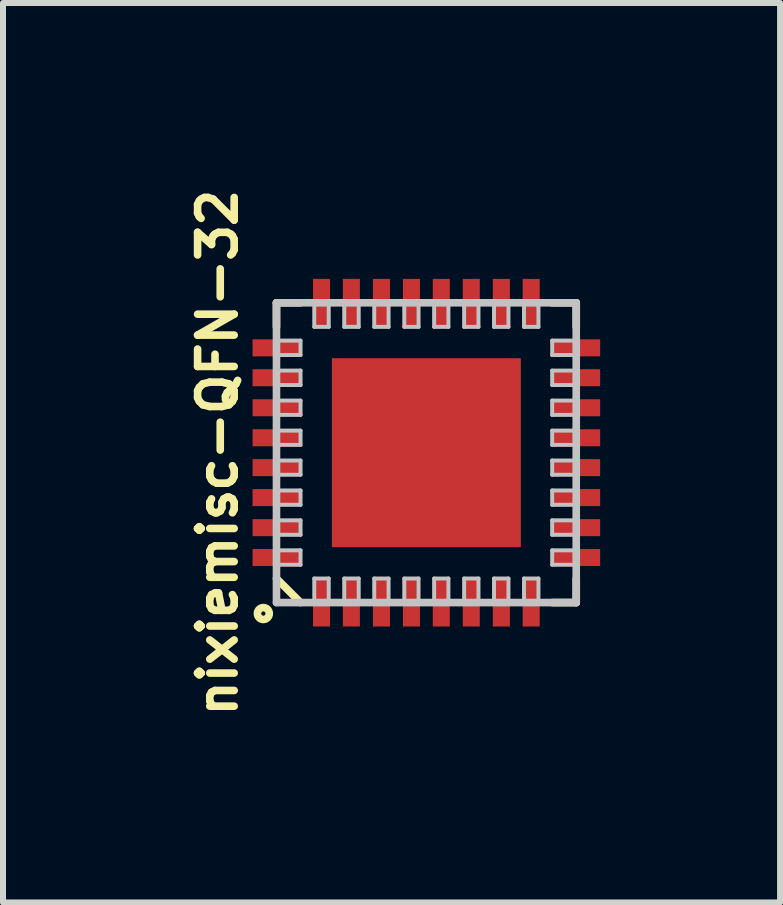
<source format=kicad_pcb>
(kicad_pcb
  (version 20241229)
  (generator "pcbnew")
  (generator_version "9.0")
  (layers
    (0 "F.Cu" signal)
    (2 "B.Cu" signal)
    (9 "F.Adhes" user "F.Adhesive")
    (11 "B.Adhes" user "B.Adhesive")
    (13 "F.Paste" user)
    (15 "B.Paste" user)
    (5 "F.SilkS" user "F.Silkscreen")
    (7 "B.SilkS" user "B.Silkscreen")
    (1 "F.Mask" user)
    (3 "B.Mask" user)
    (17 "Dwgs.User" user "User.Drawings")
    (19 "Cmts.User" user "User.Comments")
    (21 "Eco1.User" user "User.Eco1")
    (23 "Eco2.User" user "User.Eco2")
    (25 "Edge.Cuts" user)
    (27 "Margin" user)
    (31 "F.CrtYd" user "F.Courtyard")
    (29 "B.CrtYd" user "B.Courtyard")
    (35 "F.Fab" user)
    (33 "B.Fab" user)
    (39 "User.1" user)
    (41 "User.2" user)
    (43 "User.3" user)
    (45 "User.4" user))
  (footprint "nixiemisc-QFN-32"
    (layer "F.Cu")
    (at 4.059 4.498)
    (property "Reference" "nixiemisc-QFN-32" (at -3.48 0 90) (layer "F.SilkS") (effects (font (size 0.61 0.61) (thickness 0.127))))
    (attr smd)
    (fp_line (start -2.499 -2.499) (end -2.098 -2.499) (stroke (width 0.127) (type solid)) (layer "F.SilkS"))
    (fp_line (start -2.499 -2.098) (end -2.499 -2.499) (stroke (width 0.127) (type solid)) (layer "F.SilkS"))
    (fp_line (start -2.499 2.098) (end -2.098 2.499) (stroke (width 0.127) (type solid)) (layer "F.SilkS"))
    (fp_line (start 2.098 -2.499) (end 2.499 -2.499) (stroke (width 0.127) (type solid)) (layer "F.SilkS"))
    (fp_line (start 2.499 -2.499) (end 2.499 -2.098) (stroke (width 0.127) (type solid)) (layer "F.SilkS"))
    (fp_line (start 2.499 2.098) (end 2.499 2.499) (stroke (width 0.127) (type solid)) (layer "F.SilkS"))
    (fp_line (start 2.499 2.499) (end 2.098 2.499) (stroke (width 0.127) (type solid)) (layer "F.SilkS"))
    (fp_circle (center -2.718 2.682) (end -2.718 2.583) (stroke (width 0.127) (type solid)) (fill no) (layer "F.SilkS"))
    (fp_line (start -1.448 -1.448) (end -0.15 -1.448) (stroke (width 0.066) (type solid)) (layer "F.Paste"))
    (fp_line (start -1.448 -0.15) (end -1.448 -1.448) (stroke (width 0.066) (type solid)) (layer "F.Paste"))
    (fp_line (start -1.448 -0.15) (end -0.15 -0.15) (stroke (width 0.066) (type solid)) (layer "F.Paste"))
    (fp_line (start -1.448 1.448) (end -1.448 0.15) (stroke (width 0.066) (type solid)) (layer "F.Paste"))
    (fp_line (start -0.15 -0.15) (end -0.15 -1.448) (stroke (width 0.066) (type solid)) (layer "F.Paste"))
    (fp_line (start -0.15 0.15) (end -1.448 0.15) (stroke (width 0.066) (type solid)) (layer "F.Paste"))
    (fp_line (start -0.15 1.448) (end -1.448 1.448) (stroke (width 0.066) (type solid)) (layer "F.Paste"))
    (fp_line (start -0.15 1.448) (end -0.15 0.15) (stroke (width 0.066) (type solid)) (layer "F.Paste"))
    (fp_line (start 0.15 -1.448) (end 0.15 -0.15) (stroke (width 0.066) (type solid)) (layer "F.Paste"))
    (fp_line (start 0.15 -1.448) (end 1.448 -1.448) (stroke (width 0.066) (type solid)) (layer "F.Paste"))
    (fp_line (start 0.15 -0.15) (end 1.448 -0.15) (stroke (width 0.066) (type solid)) (layer "F.Paste"))
    (fp_line (start 0.15 0.15) (end 0.15 1.448) (stroke (width 0.066) (type solid)) (layer "F.Paste"))
    (fp_line (start 1.448 -1.448) (end 1.448 -0.15) (stroke (width 0.066) (type solid)) (layer "F.Paste"))
    (fp_line (start 1.448 0.15) (end 0.15 0.15) (stroke (width 0.066) (type solid)) (layer "F.Paste"))
    (fp_line (start 1.448 0.15) (end 1.448 1.448) (stroke (width 0.066) (type solid)) (layer "F.Paste"))
    (fp_line (start 1.448 1.448) (end 0.15 1.448) (stroke (width 0.066) (type solid)) (layer "F.Paste"))
    (fp_line (start -2.499 -2.499) (end -2.499 2.499) (stroke (width 0.127) (type solid)) (layer "Dwgs.User"))
    (fp_line (start -2.499 -1.869) (end -2.098 -1.869) (stroke (width 0.066) (type solid)) (layer "Dwgs.User"))
    (fp_line (start -2.499 -1.628) (end -2.499 -1.869) (stroke (width 0.066) (type solid)) (layer "Dwgs.User"))
    (fp_line (start -2.499 -1.628) (end -2.098 -1.628) (stroke (width 0.066) (type solid)) (layer "Dwgs.User"))
    (fp_line (start -2.499 -1.369) (end -2.098 -1.369) (stroke (width 0.066) (type solid)) (layer "Dwgs.User"))
    (fp_line (start -2.499 -1.128) (end -2.499 -1.369) (stroke (width 0.066) (type solid)) (layer "Dwgs.User"))
    (fp_line (start -2.499 -1.128) (end -2.098 -1.128) (stroke (width 0.066) (type solid)) (layer "Dwgs.User"))
    (fp_line (start -2.499 -0.869) (end -2.098 -0.869) (stroke (width 0.066) (type solid)) (layer "Dwgs.User"))
    (fp_line (start -2.499 -0.63) (end -2.499 -0.869) (stroke (width 0.066) (type solid)) (layer "Dwgs.User"))
    (fp_line (start -2.499 -0.63) (end -2.098 -0.63) (stroke (width 0.066) (type solid)) (layer "Dwgs.User"))
    (fp_line (start -2.499 -0.368) (end -2.098 -0.368) (stroke (width 0.066) (type solid)) (layer "Dwgs.User"))
    (fp_line (start -2.499 -0.13) (end -2.499 -0.368) (stroke (width 0.066) (type solid)) (layer "Dwgs.User"))
    (fp_line (start -2.499 -0.13) (end -2.098 -0.13) (stroke (width 0.066) (type solid)) (layer "Dwgs.User"))
    (fp_line (start -2.499 0.13) (end -2.098 0.13) (stroke (width 0.066) (type solid)) (layer "Dwgs.User"))
    (fp_line (start -2.499 0.368) (end -2.499 0.13) (stroke (width 0.066) (type solid)) (layer "Dwgs.User"))
    (fp_line (start -2.499 0.368) (end -2.098 0.368) (stroke (width 0.066) (type solid)) (layer "Dwgs.User"))
    (fp_line (start -2.499 0.63) (end -2.098 0.63) (stroke (width 0.066) (type solid)) (layer "Dwgs.User"))
    (fp_line (start -2.499 0.869) (end -2.499 0.63) (stroke (width 0.066) (type solid)) (layer "Dwgs.User"))
    (fp_line (start -2.499 0.869) (end -2.098 0.869) (stroke (width 0.066) (type solid)) (layer "Dwgs.User"))
    (fp_line (start -2.499 1.128) (end -2.098 1.128) (stroke (width 0.066) (type solid)) (layer "Dwgs.User"))
    (fp_line (start -2.499 1.369) (end -2.499 1.128) (stroke (width 0.066) (type solid)) (layer "Dwgs.User"))
    (fp_line (start -2.499 1.369) (end -2.098 1.369) (stroke (width 0.066) (type solid)) (layer "Dwgs.User"))
    (fp_line (start -2.499 1.628) (end -2.098 1.628) (stroke (width 0.066) (type solid)) (layer "Dwgs.User"))
    (fp_line (start -2.499 1.869) (end -2.499 1.628) (stroke (width 0.066) (type solid)) (layer "Dwgs.User"))
    (fp_line (start -2.499 1.869) (end -2.098 1.869) (stroke (width 0.066) (type solid)) (layer "Dwgs.User"))
    (fp_line (start -2.499 2.499) (end 2.499 2.499) (stroke (width 0.127) (type solid)) (layer "Dwgs.User"))
    (fp_line (start -2.098 -1.628) (end -2.098 -1.869) (stroke (width 0.066) (type solid)) (layer "Dwgs.User"))
    (fp_line (start -2.098 -1.128) (end -2.098 -1.369) (stroke (width 0.066) (type solid)) (layer "Dwgs.User"))
    (fp_line (start -2.098 -0.63) (end -2.098 -0.869) (stroke (width 0.066) (type solid)) (layer "Dwgs.User"))
    (fp_line (start -2.098 -0.13) (end -2.098 -0.368) (stroke (width 0.066) (type solid)) (layer "Dwgs.User"))
    (fp_line (start -2.098 0.368) (end -2.098 0.13) (stroke (width 0.066) (type solid)) (layer "Dwgs.User"))
    (fp_line (start -2.098 0.869) (end -2.098 0.63) (stroke (width 0.066) (type solid)) (layer "Dwgs.User"))
    (fp_line (start -2.098 1.369) (end -2.098 1.128) (stroke (width 0.066) (type solid)) (layer "Dwgs.User"))
    (fp_line (start -2.098 1.869) (end -2.098 1.628) (stroke (width 0.066) (type solid)) (layer "Dwgs.User"))
    (fp_line (start -1.869 -2.499) (end -1.869 -2.098) (stroke (width 0.066) (type solid)) (layer "Dwgs.User"))
    (fp_line (start -1.869 -2.499) (end -1.628 -2.499) (stroke (width 0.066) (type solid)) (layer "Dwgs.User"))
    (fp_line (start -1.869 -2.098) (end -1.628 -2.098) (stroke (width 0.066) (type solid)) (layer "Dwgs.User"))
    (fp_line (start -1.869 2.499) (end -1.869 2.098) (stroke (width 0.066) (type solid)) (layer "Dwgs.User"))
    (fp_line (start -1.628 -2.499) (end -1.628 -2.098) (stroke (width 0.066) (type solid)) (layer "Dwgs.User"))
    (fp_line (start -1.628 2.098) (end -1.869 2.098) (stroke (width 0.066) (type solid)) (layer "Dwgs.User"))
    (fp_line (start -1.628 2.499) (end -1.869 2.499) (stroke (width 0.066) (type solid)) (layer "Dwgs.User"))
    (fp_line (start -1.628 2.499) (end -1.628 2.098) (stroke (width 0.066) (type solid)) (layer "Dwgs.User"))
    (fp_line (start -1.369 -2.499) (end -1.369 -2.098) (stroke (width 0.066) (type solid)) (layer "Dwgs.User"))
    (fp_line (start -1.369 -2.499) (end -1.128 -2.499) (stroke (width 0.066) (type solid)) (layer "Dwgs.User"))
    (fp_line (start -1.369 -2.098) (end -1.128 -2.098) (stroke (width 0.066) (type solid)) (layer "Dwgs.User"))
    (fp_line (start -1.369 2.499) (end -1.369 2.098) (stroke (width 0.066) (type solid)) (layer "Dwgs.User"))
    (fp_line (start -1.128 -2.499) (end -1.128 -2.098) (stroke (width 0.066) (type solid)) (layer "Dwgs.User"))
    (fp_line (start -1.128 2.098) (end -1.369 2.098) (stroke (width 0.066) (type solid)) (layer "Dwgs.User"))
    (fp_line (start -1.128 2.499) (end -1.369 2.499) (stroke (width 0.066) (type solid)) (layer "Dwgs.User"))
    (fp_line (start -1.128 2.499) (end -1.128 2.098) (stroke (width 0.066) (type solid)) (layer "Dwgs.User"))
    (fp_line (start -0.869 -2.499) (end -0.869 -2.098) (stroke (width 0.066) (type solid)) (layer "Dwgs.User"))
    (fp_line (start -0.869 -2.499) (end -0.63 -2.499) (stroke (width 0.066) (type solid)) (layer "Dwgs.User"))
    (fp_line (start -0.869 -2.098) (end -0.63 -2.098) (stroke (width 0.066) (type solid)) (layer "Dwgs.User"))
    (fp_line (start -0.869 2.499) (end -0.869 2.098) (stroke (width 0.066) (type solid)) (layer "Dwgs.User"))
    (fp_line (start -0.63 -2.499) (end -0.63 -2.098) (stroke (width 0.066) (type solid)) (layer "Dwgs.User"))
    (fp_line (start -0.63 2.098) (end -0.869 2.098) (stroke (width 0.066) (type solid)) (layer "Dwgs.User"))
    (fp_line (start -0.63 2.499) (end -0.869 2.499) (stroke (width 0.066) (type solid)) (layer "Dwgs.User"))
    (fp_line (start -0.63 2.499) (end -0.63 2.098) (stroke (width 0.066) (type solid)) (layer "Dwgs.User"))
    (fp_line (start -0.368 -2.499) (end -0.368 -2.098) (stroke (width 0.066) (type solid)) (layer "Dwgs.User"))
    (fp_line (start -0.368 -2.499) (end -0.13 -2.499) (stroke (width 0.066) (type solid)) (layer "Dwgs.User"))
    (fp_line (start -0.368 -2.098) (end -0.13 -2.098) (stroke (width 0.066) (type solid)) (layer "Dwgs.User"))
    (fp_line (start -0.368 2.499) (end -0.368 2.098) (stroke (width 0.066) (type solid)) (layer "Dwgs.User"))
    (fp_line (start -0.13 -2.499) (end -0.13 -2.098) (stroke (width 0.066) (type solid)) (layer "Dwgs.User"))
    (fp_line (start -0.13 2.098) (end -0.368 2.098) (stroke (width 0.066) (type solid)) (layer "Dwgs.User"))
    (fp_line (start -0.13 2.499) (end -0.368 2.499) (stroke (width 0.066) (type solid)) (layer "Dwgs.User"))
    (fp_line (start -0.13 2.499) (end -0.13 2.098) (stroke (width 0.066) (type solid)) (layer "Dwgs.User"))
    (fp_line (start 0.13 -2.499) (end 0.13 -2.098) (stroke (width 0.066) (type solid)) (layer "Dwgs.User"))
    (fp_line (start 0.13 -2.499) (end 0.368 -2.499) (stroke (width 0.066) (type solid)) (layer "Dwgs.User"))
    (fp_line (start 0.13 -2.098) (end 0.368 -2.098) (stroke (width 0.066) (type solid)) (layer "Dwgs.User"))
    (fp_line (start 0.13 2.499) (end 0.13 2.098) (stroke (width 0.066) (type solid)) (layer "Dwgs.User"))
    (fp_line (start 0.368 -2.499) (end 0.368 -2.098) (stroke (width 0.066) (type solid)) (layer "Dwgs.User"))
    (fp_line (start 0.368 2.098) (end 0.13 2.098) (stroke (width 0.066) (type solid)) (layer "Dwgs.User"))
    (fp_line (start 0.368 2.499) (end 0.13 2.499) (stroke (width 0.066) (type solid)) (layer "Dwgs.User"))
    (fp_line (start 0.368 2.499) (end 0.368 2.098) (stroke (width 0.066) (type solid)) (layer "Dwgs.User"))
    (fp_line (start 0.63 -2.499) (end 0.63 -2.098) (stroke (width 0.066) (type solid)) (layer "Dwgs.User"))
    (fp_line (start 0.63 -2.499) (end 0.869 -2.499) (stroke (width 0.066) (type solid)) (layer "Dwgs.User"))
    (fp_line (start 0.63 -2.098) (end 0.869 -2.098) (stroke (width 0.066) (type solid)) (layer "Dwgs.User"))
    (fp_line (start 0.63 2.499) (end 0.63 2.098) (stroke (width 0.066) (type solid)) (layer "Dwgs.User"))
    (fp_line (start 0.869 -2.499) (end 0.869 -2.098) (stroke (width 0.066) (type solid)) (layer "Dwgs.User"))
    (fp_line (start 0.869 2.098) (end 0.63 2.098) (stroke (width 0.066) (type solid)) (layer "Dwgs.User"))
    (fp_line (start 0.869 2.499) (end 0.63 2.499) (stroke (width 0.066) (type solid)) (layer "Dwgs.User"))
    (fp_line (start 0.869 2.499) (end 0.869 2.098) (stroke (width 0.066) (type solid)) (layer "Dwgs.User"))
    (fp_line (start 1.128 -2.499) (end 1.128 -2.098) (stroke (width 0.066) (type solid)) (layer "Dwgs.User"))
    (fp_line (start 1.128 -2.499) (end 1.369 -2.499) (stroke (width 0.066) (type solid)) (layer "Dwgs.User"))
    (fp_line (start 1.128 -2.098) (end 1.369 -2.098) (stroke (width 0.066) (type solid)) (layer "Dwgs.User"))
    (fp_line (start 1.128 2.499) (end 1.128 2.098) (stroke (width 0.066) (type solid)) (layer "Dwgs.User"))
    (fp_line (start 1.369 -2.499) (end 1.369 -2.098) (stroke (width 0.066) (type solid)) (layer "Dwgs.User"))
    (fp_line (start 1.369 2.098) (end 1.128 2.098) (stroke (width 0.066) (type solid)) (layer "Dwgs.User"))
    (fp_line (start 1.369 2.499) (end 1.128 2.499) (stroke (width 0.066) (type solid)) (layer "Dwgs.User"))
    (fp_line (start 1.369 2.499) (end 1.369 2.098) (stroke (width 0.066) (type solid)) (layer "Dwgs.User"))
    (fp_line (start 1.628 -2.499) (end 1.628 -2.098) (stroke (width 0.066) (type solid)) (layer "Dwgs.User"))
    (fp_line (start 1.628 -2.499) (end 1.869 -2.499) (stroke (width 0.066) (type solid)) (layer "Dwgs.User"))
    (fp_line (start 1.628 -2.098) (end 1.869 -2.098) (stroke (width 0.066) (type solid)) (layer "Dwgs.User"))
    (fp_line (start 1.628 2.499) (end 1.628 2.098) (stroke (width 0.066) (type solid)) (layer "Dwgs.User"))
    (fp_line (start 1.869 -2.499) (end 1.869 -2.098) (stroke (width 0.066) (type solid)) (layer "Dwgs.User"))
    (fp_line (start 1.869 2.098) (end 1.628 2.098) (stroke (width 0.066) (type solid)) (layer "Dwgs.User"))
    (fp_line (start 1.869 2.499) (end 1.628 2.499) (stroke (width 0.066) (type solid)) (layer "Dwgs.User"))
    (fp_line (start 1.869 2.499) (end 1.869 2.098) (stroke (width 0.066) (type solid)) (layer "Dwgs.User"))
    (fp_line (start 2.098 -1.869) (end 2.098 -1.628) (stroke (width 0.066) (type solid)) (layer "Dwgs.User"))
    (fp_line (start 2.098 -1.369) (end 2.098 -1.128) (stroke (width 0.066) (type solid)) (layer "Dwgs.User"))
    (fp_line (start 2.098 -0.869) (end 2.098 -0.63) (stroke (width 0.066) (type solid)) (layer "Dwgs.User"))
    (fp_line (start 2.098 -0.368) (end 2.098 -0.13) (stroke (width 0.066) (type solid)) (layer "Dwgs.User"))
    (fp_line (start 2.098 0.13) (end 2.098 0.368) (stroke (width 0.066) (type solid)) (layer "Dwgs.User"))
    (fp_line (start 2.098 0.63) (end 2.098 0.869) (stroke (width 0.066) (type solid)) (layer "Dwgs.User"))
    (fp_line (start 2.098 1.128) (end 2.098 1.369) (stroke (width 0.066) (type solid)) (layer "Dwgs.User"))
    (fp_line (start 2.098 1.628) (end 2.098 1.869) (stroke (width 0.066) (type solid)) (layer "Dwgs.User"))
    (fp_line (start 2.499 -2.499) (end -2.499 -2.499) (stroke (width 0.127) (type solid)) (layer "Dwgs.User"))
    (fp_line (start 2.499 -1.869) (end 2.098 -1.869) (stroke (width 0.066) (type solid)) (layer "Dwgs.User"))
    (fp_line (start 2.499 -1.869) (end 2.499 -1.628) (stroke (width 0.066) (type solid)) (layer "Dwgs.User"))
    (fp_line (start 2.499 -1.628) (end 2.098 -1.628) (stroke (width 0.066) (type solid)) (layer "Dwgs.User"))
    (fp_line (start 2.499 -1.369) (end 2.098 -1.369) (stroke (width 0.066) (type solid)) (layer "Dwgs.User"))
    (fp_line (start 2.499 -1.369) (end 2.499 -1.128) (stroke (width 0.066) (type solid)) (layer "Dwgs.User"))
    (fp_line (start 2.499 -1.128) (end 2.098 -1.128) (stroke (width 0.066) (type solid)) (layer "Dwgs.User"))
    (fp_line (start 2.499 -0.869) (end 2.098 -0.869) (stroke (width 0.066) (type solid)) (layer "Dwgs.User"))
    (fp_line (start 2.499 -0.869) (end 2.499 -0.63) (stroke (width 0.066) (type solid)) (layer "Dwgs.User"))
    (fp_line (start 2.499 -0.63) (end 2.098 -0.63) (stroke (width 0.066) (type solid)) (layer "Dwgs.User"))
    (fp_line (start 2.499 -0.368) (end 2.098 -0.368) (stroke (width 0.066) (type solid)) (layer "Dwgs.User"))
    (fp_line (start 2.499 -0.368) (end 2.499 -0.13) (stroke (width 0.066) (type solid)) (layer "Dwgs.User"))
    (fp_line (start 2.499 -0.13) (end 2.098 -0.13) (stroke (width 0.066) (type solid)) (layer "Dwgs.User"))
    (fp_line (start 2.499 0.13) (end 2.098 0.13) (stroke (width 0.066) (type solid)) (layer "Dwgs.User"))
    (fp_line (start 2.499 0.13) (end 2.499 0.368) (stroke (width 0.066) (type solid)) (layer "Dwgs.User"))
    (fp_line (start 2.499 0.368) (end 2.098 0.368) (stroke (width 0.066) (type solid)) (layer "Dwgs.User"))
    (fp_line (start 2.499 0.63) (end 2.098 0.63) (stroke (width 0.066) (type solid)) (layer "Dwgs.User"))
    (fp_line (start 2.499 0.63) (end 2.499 0.869) (stroke (width 0.066) (type solid)) (layer "Dwgs.User"))
    (fp_line (start 2.499 0.869) (end 2.098 0.869) (stroke (width 0.066) (type solid)) (layer "Dwgs.User"))
    (fp_line (start 2.499 1.128) (end 2.098 1.128) (stroke (width 0.066) (type solid)) (layer "Dwgs.User"))
    (fp_line (start 2.499 1.128) (end 2.499 1.369) (stroke (width 0.066) (type solid)) (layer "Dwgs.User"))
    (fp_line (start 2.499 1.369) (end 2.098 1.369) (stroke (width 0.066) (type solid)) (layer "Dwgs.User"))
    (fp_line (start 2.499 1.628) (end 2.098 1.628) (stroke (width 0.066) (type solid)) (layer "Dwgs.User"))
    (fp_line (start 2.499 1.628) (end 2.499 1.869) (stroke (width 0.066) (type solid)) (layer "Dwgs.User"))
    (fp_line (start 2.499 1.869) (end 2.098 1.869) (stroke (width 0.066) (type solid)) (layer "Dwgs.User"))
    (fp_line (start 2.499 2.499) (end 2.499 -2.499) (stroke (width 0.127) (type solid)) (layer "Dwgs.User"))
    (pad "1" smd rect (at -1.748 2.499 90) (size 0.798 0.284) (layers "F.Cu" "F.Mask" "F.Paste"))
    (pad "2" smd rect (at -1.25 2.499 90) (size 0.798 0.284) (layers "F.Cu" "F.Mask" "F.Paste"))
    (pad "3" smd rect (at -0.749 2.499 90) (size 0.798 0.284) (layers "F.Cu" "F.Mask" "F.Paste"))
    (pad "4" smd rect (at -0.249 2.499 90) (size 0.798 0.284) (layers "F.Cu" "F.Mask" "F.Paste"))
    (pad "5" smd rect (at 0.249 2.499 90) (size 0.798 0.284) (layers "F.Cu" "F.Mask" "F.Paste"))
    (pad "6" smd rect (at 0.749 2.499 90) (size 0.798 0.284) (layers "F.Cu" "F.Mask" "F.Paste"))
    (pad "7" smd rect (at 1.25 2.499 90) (size 0.798 0.284) (layers "F.Cu" "F.Mask" "F.Paste"))
    (pad "8" smd rect (at 1.748 2.499 90) (size 0.798 0.284) (layers "F.Cu" "F.Mask" "F.Paste"))
    (pad "9" smd rect (at 2.499 1.748 180) (size 0.798 0.284) (layers "F.Cu" "F.Mask" "F.Paste"))
    (pad "10" smd rect (at 2.499 1.25 180) (size 0.798 0.284) (layers "F.Cu" "F.Mask" "F.Paste"))
    (pad "11" smd rect (at 2.499 0.749 180) (size 0.798 0.284) (layers "F.Cu" "F.Mask" "F.Paste"))
    (pad "12" smd rect (at 2.499 0.249 180) (size 0.798 0.284) (layers "F.Cu" "F.Mask" "F.Paste"))
    (pad "13" smd rect (at 2.499 -0.249 180) (size 0.798 0.284) (layers "F.Cu" "F.Mask" "F.Paste"))
    (pad "14" smd rect (at 2.499 -0.749 180) (size 0.798 0.284) (layers "F.Cu" "F.Mask" "F.Paste"))
    (pad "15" smd rect (at 2.499 -1.25 180) (size 0.798 0.284) (layers "F.Cu" "F.Mask" "F.Paste"))
    (pad "16" smd rect (at 2.499 -1.748 180) (size 0.798 0.284) (layers "F.Cu" "F.Mask" "F.Paste"))
    (pad "17" smd rect (at 1.748 -2.499 270) (size 0.798 0.284) (layers "F.Cu" "F.Mask" "F.Paste"))
    (pad "18" smd rect (at 1.25 -2.499 270) (size 0.798 0.284) (layers "F.Cu" "F.Mask" "F.Paste"))
    (pad "19" smd rect (at 0.749 -2.499 270) (size 0.798 0.284) (layers "F.Cu" "F.Mask" "F.Paste"))
    (pad "20" smd rect (at 0.249 -2.499 270) (size 0.798 0.284) (layers "F.Cu" "F.Mask" "F.Paste"))
    (pad "21" smd rect (at -0.249 -2.499 270) (size 0.798 0.284) (layers "F.Cu" "F.Mask" "F.Paste"))
    (pad "22" smd rect (at -0.749 -2.499 270) (size 0.798 0.284) (layers "F.Cu" "F.Mask" "F.Paste"))
    (pad "23" smd rect (at -1.25 -2.499 270) (size 0.798 0.284) (layers "F.Cu" "F.Mask" "F.Paste"))
    (pad "24" smd rect (at -1.748 -2.499 270) (size 0.798 0.284) (layers "F.Cu" "F.Mask" "F.Paste"))
    (pad "25" smd rect (at -2.499 -1.748) (size 0.798 0.284) (layers "F.Cu" "F.Mask" "F.Paste"))
    (pad "26" smd rect (at -2.499 -1.25) (size 0.798 0.284) (layers "F.Cu" "F.Mask" "F.Paste"))
    (pad "27" smd rect (at -2.499 -0.749) (size 0.798 0.284) (layers "F.Cu" "F.Mask" "F.Paste"))
    (pad "28" smd rect (at -2.499 -0.249) (size 0.798 0.284) (layers "F.Cu" "F.Mask" "F.Paste"))
    (pad "29" smd rect (at -2.499 0.249) (size 0.798 0.284) (layers "F.Cu" "F.Mask" "F.Paste"))
    (pad "30" smd rect (at -2.499 0.749) (size 0.798 0.284) (layers "F.Cu" "F.Mask" "F.Paste"))
    (pad "31" smd rect (at -2.499 1.25) (size 0.798 0.284) (layers "F.Cu" "F.Mask" "F.Paste"))
    (pad "32" smd rect (at -2.499 1.748) (size 0.798 0.284) (layers "F.Cu" "F.Mask" "F.Paste"))
    (pad "EP" smd rect (at 0 0) (size 3.15 3.15) (layers "F.Cu" "F.Mask" "F.Paste")))
  (gr_rect
    (start -3 -3)
    (end 9.957 11.997)
    (stroke (width 0.1) (type default))
    (fill no)
    (layer "Edge.Cuts")))
</source>
